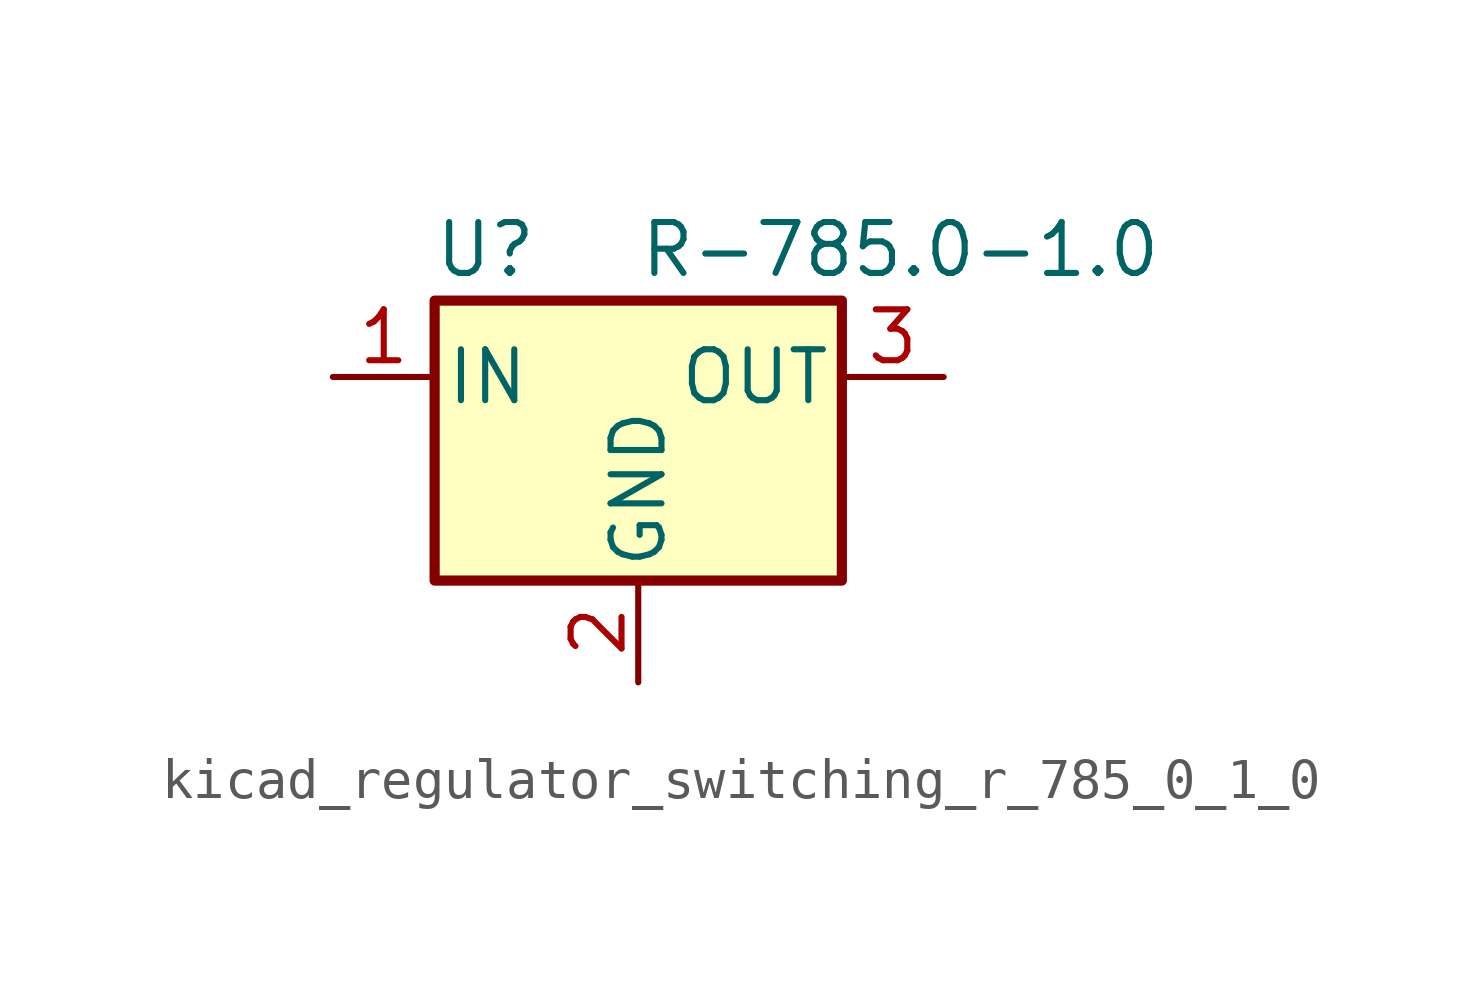
<source format=kicad_sym>
(kicad_symbol_lib
  (version 20220914)
  (generator kicad_symbol_editor)
  (symbol "kicad_regulator_switching_r_785_0_1_0"
    (pin_names
      (offset 0.254))
    (property "Reference" "U"
      (at -3.81 3.175 0)
      (effects (font (size 1.27 1.27))))
    (property "Value" "R-785.0-1.0"
      (at 0 3.175 0)
      (effects (font (size 1.27 1.27)) (justify left)))
    (symbol "kicad_regulator_switching_r_785_0_1_0_0_1"
      (rectangle (start -5.08 1.905) (end 5.08 -5.08) (stroke (width 0.254) (type default)) (fill (type background))))
    (symbol "kicad_regulator_switching_r_785_0_1_0_1_1"
      (pin power_in line (at -7.62 0 0) (length 2.54) (name "IN" (effects (font (size 1.27 1.27)))) (number "1" (effects (font (size 1.27 1.27)))))
      (pin power_in line (at 0 -7.62 90) (length 2.54) (name "GND" (effects (font (size 1.27 1.27)))) (number "2" (effects (font (size 1.27 1.27)))))
      (pin power_out line (at 7.62 0 180) (length 2.54) (name "OUT" (effects (font (size 1.27 1.27)))) (number "3" (effects (font (size 1.27 1.27))))))))
</source>
